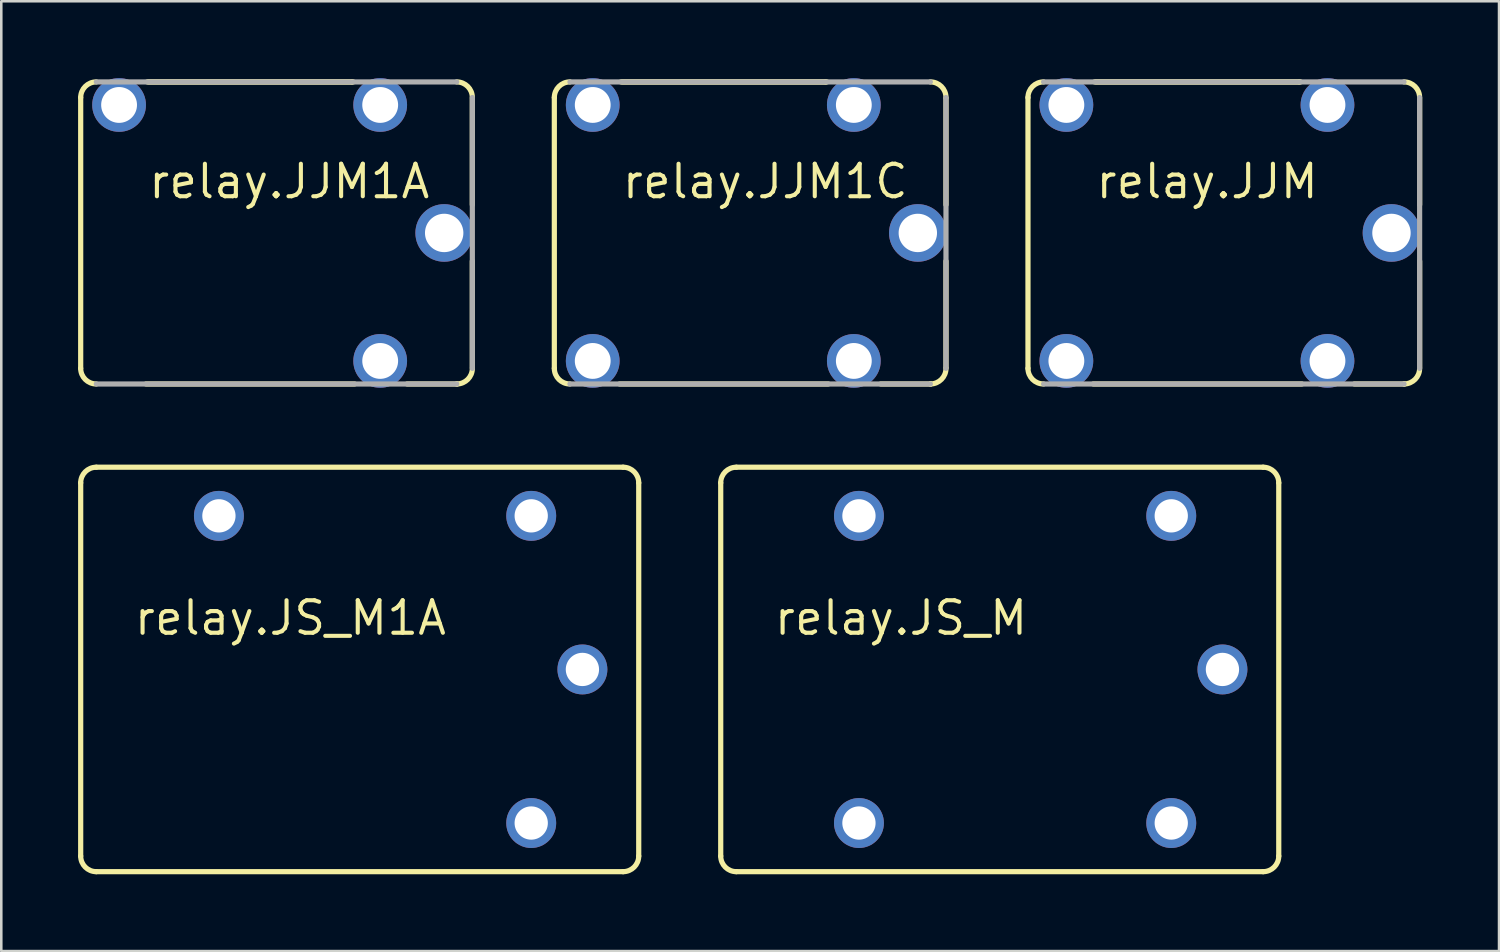
<source format=kicad_pcb>
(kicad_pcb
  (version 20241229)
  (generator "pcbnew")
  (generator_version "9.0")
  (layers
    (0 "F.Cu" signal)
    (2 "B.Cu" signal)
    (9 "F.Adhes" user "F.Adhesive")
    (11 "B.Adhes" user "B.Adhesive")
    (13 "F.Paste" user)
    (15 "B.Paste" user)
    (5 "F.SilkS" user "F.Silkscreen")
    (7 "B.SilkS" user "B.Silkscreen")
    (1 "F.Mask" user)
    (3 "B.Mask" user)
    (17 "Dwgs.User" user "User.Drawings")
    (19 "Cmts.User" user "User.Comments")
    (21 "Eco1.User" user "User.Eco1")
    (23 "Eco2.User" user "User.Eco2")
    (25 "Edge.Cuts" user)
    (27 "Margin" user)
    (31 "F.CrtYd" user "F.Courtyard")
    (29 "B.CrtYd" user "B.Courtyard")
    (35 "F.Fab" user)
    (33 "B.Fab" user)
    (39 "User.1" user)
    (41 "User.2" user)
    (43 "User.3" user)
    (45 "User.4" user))
  (footprint "relay.JS_M"
    (layer "F.Cu")
    (at 36.005 23.102)
    (property "Reference" "relay.JS_M" (at -8.89 -1.27 0) (layer "F.SilkS") (effects (font (size 1.27 1.27) (thickness 0.16)) (justify left bottom)))
    (attr through_hole)
    (fp_line (start -10.9 7.29) (end -10.9 -7.29) (stroke (width 0.203) (type default)) (layer "F.SilkS"))
    (fp_line (start -10.29 -7.9) (end 10.29 -7.9) (stroke (width 0.203) (type default)) (layer "F.SilkS"))
    (fp_line (start 10.29 7.9) (end -10.29 7.9) (stroke (width 0.203) (type default)) (layer "F.SilkS"))
    (fp_line (start 10.9 -7.29) (end 10.9 7.29) (stroke (width 0.203) (type default)) (layer "F.SilkS"))
    (fp_arc (start -10.9 -7.2904) (mid -10.721452 -7.721452) (end -10.2904 -7.9) (stroke (width 0.2032) (type default)) (layer "F.SilkS"))
    (fp_arc (start -10.2904 7.9) (mid -10.721452 7.721452) (end -10.9 7.2904) (stroke (width 0.2032) (type default)) (layer "F.SilkS"))
    (fp_arc (start 10.2904 -7.9) (mid 10.721452 -7.721452) (end 10.9 -7.2904) (stroke (width 0.2032) (type default)) (layer "F.SilkS"))
    (fp_arc (start 10.9 7.2904) (mid 10.721452 7.721452) (end 10.2904 7.9) (stroke (width 0.2032) (type default)) (layer "F.SilkS"))
    (pad "1" thru_hole circle (at 6.7 -6 180) (size 1.95 1.95) (drill 1.3) (layers "*.Cu" "*.Mask"))
    (pad "2" thru_hole circle (at 6.7 6 180) (size 1.95 1.95) (drill 1.3) (layers "*.Cu" "*.Mask"))
    (pad "C" thru_hole circle (at 8.7 0 180) (size 1.95 1.95) (drill 1.3) (layers "*.Cu" "*.Mask"))
    (pad "NC" thru_hole circle (at -5.5 6 180) (size 1.95 1.95) (drill 1.3) (layers "*.Cu" "*.Mask"))
    (pad "NO" thru_hole circle (at -5.5 -6 180) (size 1.95 1.95) (drill 1.3) (layers "*.Cu" "*.Mask")))
  (footprint "relay.JJM"
    (layer "F.Cu")
    (at 44.758 6.05)
    (property "Reference" "relay.JJM" (at -5.08 -1.27 0) (layer "F.SilkS") (effects (font (size 1.27 1.27) (thickness 0.16)) (justify left bottom)))
    (attr through_hole)
    (fp_line (start -7.65 5.29) (end -7.65 -5.29) (stroke (width 0.203) (type default)) (layer "F.SilkS"))
    (fp_line (start -5.05 -5.9) (end 2.95 -5.9) (stroke (width 0.203) (type default)) (layer "F.SilkS"))
    (fp_line (start -5 -5.9) (end 2.95 -5.9) (stroke (width 0.203) (type default)) (layer "F.SilkS"))
    (fp_line (start 2.95 -5.9) (end 3 -5.9) (stroke (width 0.203) (type default)) (layer "F.SilkS"))
    (fp_line (start 3.05 5.9) (end -5.1 5.9) (stroke (width 0.203) (type default)) (layer "F.SilkS"))
    (fp_line (start 7.05 5.9) (end 5.1 5.9) (stroke (width 0.203) (type default)) (layer "F.SilkS"))
    (fp_line (start 7.65 -5.25) (end 7.65 -1.1) (stroke (width 0.203) (type default)) (layer "F.SilkS"))
    (fp_line (start 7.65 1.1) (end 7.65 5.25) (stroke (width 0.203) (type default)) (layer "F.SilkS"))
    (fp_arc (start -7.65 -5.2904) (mid -7.471452 -5.721452) (end -7.0404 -5.9) (stroke (width 0.2032) (type default)) (layer "F.SilkS"))
    (fp_arc (start -7.0404 5.9) (mid -7.471452 5.721452) (end -7.65 5.2904) (stroke (width 0.2032) (type default)) (layer "F.SilkS"))
    (fp_arc (start 7.0404 -5.9) (mid 7.471452 -5.721452) (end 7.65 -5.2904) (stroke (width 0.2032) (type default)) (layer "F.SilkS"))
    (fp_arc (start 7.05 5.9) (mid 7.0452 5.900019) (end 7.0404 5.9) (stroke (width 0.2032) (type default)) (layer "F.SilkS"))
    (fp_arc (start 7.65 5.2904) (mid 7.474831 5.718065) (end 7.05 5.9) (stroke (width 0.2032) (type default)) (layer "F.SilkS"))
    (fp_line (start -7.04 -5.9) (end 7.04 -5.9) (stroke (width 0.203) (type default)) (layer "F.Fab"))
    (fp_line (start 7.04 5.9) (end -7.04 5.9) (stroke (width 0.203) (type default)) (layer "F.Fab"))
    (fp_line (start 7.65 -5.29) (end 7.65 5.29) (stroke (width 0.203) (type default)) (layer "F.Fab"))
    (pad "1" thru_hole circle (at 4.05 -5 180) (size 2.1 2.1) (drill 1.4) (layers "*.Cu" "*.Mask"))
    (pad "2" thru_hole circle (at 4.05 5 180) (size 2.1 2.1) (drill 1.4) (layers "*.Cu" "*.Mask"))
    (pad "C" thru_hole circle (at 6.55 0 180) (size 2.25 2.25) (drill 1.5) (layers "*.Cu" "*.Mask"))
    (pad "NO1" thru_hole circle (at -6.15 -5 180) (size 2.1 2.1) (drill 1.4) (layers "*.Cu" "*.Mask"))
    (pad "NO2" thru_hole circle (at -6.15 5 180) (size 2.1 2.1) (drill 1.4) (layers "*.Cu" "*.Mask")))
  (footprint "relay.JJM1C"
    (layer "F.Cu")
    (at 26.255 6.05)
    (property "Reference" "relay.JJM1C" (at -5.08 -1.27 0) (layer "F.SilkS") (effects (font (size 1.27 1.27) (thickness 0.16)) (justify left bottom)))
    (attr through_hole)
    (fp_line (start -7.65 5.29) (end -7.65 -5.29) (stroke (width 0.203) (type default)) (layer "F.SilkS"))
    (fp_line (start -5.05 -5.9) (end 2.95 -5.9) (stroke (width 0.203) (type default)) (layer "F.SilkS"))
    (fp_line (start -5 -5.9) (end 2.95 -5.9) (stroke (width 0.203) (type default)) (layer "F.SilkS"))
    (fp_line (start 2.95 -5.9) (end 3 -5.9) (stroke (width 0.203) (type default)) (layer "F.SilkS"))
    (fp_line (start 3.05 5.9) (end -5.1 5.9) (stroke (width 0.203) (type default)) (layer "F.SilkS"))
    (fp_line (start 7.05 5.9) (end 5.1 5.9) (stroke (width 0.203) (type default)) (layer "F.SilkS"))
    (fp_line (start 7.65 -5.25) (end 7.65 -1.1) (stroke (width 0.203) (type default)) (layer "F.SilkS"))
    (fp_line (start 7.65 1.1) (end 7.65 5.25) (stroke (width 0.203) (type default)) (layer "F.SilkS"))
    (fp_arc (start -7.65 -5.2904) (mid -7.471452 -5.721452) (end -7.0404 -5.9) (stroke (width 0.2032) (type default)) (layer "F.SilkS"))
    (fp_arc (start -7.0404 5.9) (mid -7.471452 5.721452) (end -7.65 5.2904) (stroke (width 0.2032) (type default)) (layer "F.SilkS"))
    (fp_arc (start 7.0404 -5.9) (mid 7.471452 -5.721452) (end 7.65 -5.2904) (stroke (width 0.2032) (type default)) (layer "F.SilkS"))
    (fp_arc (start 7.05 5.9) (mid 7.0452 5.900019) (end 7.0404 5.9) (stroke (width 0.2032) (type default)) (layer "F.SilkS"))
    (fp_arc (start 7.65 5.2904) (mid 7.474831 5.718065) (end 7.05 5.9) (stroke (width 0.2032) (type default)) (layer "F.SilkS"))
    (fp_line (start -7.04 -5.9) (end 7.04 -5.9) (stroke (width 0.203) (type default)) (layer "F.Fab"))
    (fp_line (start 7.04 5.9) (end -7.04 5.9) (stroke (width 0.203) (type default)) (layer "F.Fab"))
    (fp_line (start 7.65 -5.29) (end 7.65 5.29) (stroke (width 0.203) (type default)) (layer "F.Fab"))
    (pad "1" thru_hole circle (at 4.05 -5 180) (size 2.1 2.1) (drill 1.4) (layers "*.Cu" "*.Mask"))
    (pad "2" thru_hole circle (at 4.05 5 180) (size 2.1 2.1) (drill 1.4) (layers "*.Cu" "*.Mask"))
    (pad "C" thru_hole circle (at 6.55 0 180) (size 2.25 2.25) (drill 1.5) (layers "*.Cu" "*.Mask"))
    (pad "NC" thru_hole circle (at -6.15 5 180) (size 2.1 2.1) (drill 1.4) (layers "*.Cu" "*.Mask"))
    (pad "NO" thru_hole circle (at -6.15 -5 180) (size 2.1 2.1) (drill 1.4) (layers "*.Cu" "*.Mask")))
  (footprint "relay.JJM1A"
    (layer "F.Cu")
    (at 7.752 6.05)
    (property "Reference" "relay.JJM1A" (at -5.08 -1.27 0) (layer "F.SilkS") (effects (font (size 1.27 1.27) (thickness 0.16)) (justify left bottom)))
    (attr through_hole)
    (fp_line (start -7.65 5.29) (end -7.65 -5.29) (stroke (width 0.203) (type default)) (layer "F.SilkS"))
    (fp_line (start -5.05 -5.9) (end 2.95 -5.9) (stroke (width 0.203) (type default)) (layer "F.SilkS"))
    (fp_line (start -5 -5.9) (end 2.95 -5.9) (stroke (width 0.203) (type default)) (layer "F.SilkS"))
    (fp_line (start 2.95 -5.9) (end 3 -5.9) (stroke (width 0.203) (type default)) (layer "F.SilkS"))
    (fp_line (start 3.05 5.9) (end -5.1 5.9) (stroke (width 0.203) (type default)) (layer "F.SilkS"))
    (fp_line (start 7.05 5.9) (end 5.1 5.9) (stroke (width 0.203) (type default)) (layer "F.SilkS"))
    (fp_line (start 7.65 -5.25) (end 7.65 -1.1) (stroke (width 0.203) (type default)) (layer "F.SilkS"))
    (fp_line (start 7.65 1.1) (end 7.65 5.25) (stroke (width 0.203) (type default)) (layer "F.SilkS"))
    (fp_arc (start -7.65 -5.2904) (mid -7.471452 -5.721452) (end -7.0404 -5.9) (stroke (width 0.2032) (type default)) (layer "F.SilkS"))
    (fp_arc (start -7.0404 5.9) (mid -7.471452 5.721452) (end -7.65 5.2904) (stroke (width 0.2032) (type default)) (layer "F.SilkS"))
    (fp_arc (start 7.0404 -5.9) (mid 7.471452 -5.721452) (end 7.65 -5.2904) (stroke (width 0.2032) (type default)) (layer "F.SilkS"))
    (fp_arc (start 7.05 5.9) (mid 7.0452 5.900019) (end 7.0404 5.9) (stroke (width 0.2032) (type default)) (layer "F.SilkS"))
    (fp_arc (start 7.65 5.2904) (mid 7.47486 5.718093) (end 7.05 5.9) (stroke (width 0.2032) (type default)) (layer "F.SilkS"))
    (fp_line (start -7.04 -5.9) (end 7.04 -5.9) (stroke (width 0.203) (type default)) (layer "F.Fab"))
    (fp_line (start 7.04 5.9) (end -7.04 5.9) (stroke (width 0.203) (type default)) (layer "F.Fab"))
    (fp_line (start 7.65 -5.29) (end 7.65 5.29) (stroke (width 0.203) (type default)) (layer "F.Fab"))
    (pad "1" thru_hole circle (at 4.05 -5 180) (size 2.1 2.1) (drill 1.4) (layers "*.Cu" "*.Mask"))
    (pad "2" thru_hole circle (at 4.05 5 180) (size 2.1 2.1) (drill 1.4) (layers "*.Cu" "*.Mask"))
    (pad "C" thru_hole circle (at 6.55 0 180) (size 2.25 2.25) (drill 1.5) (layers "*.Cu" "*.Mask"))
    (pad "NO" thru_hole circle (at -6.15 -5 180) (size 2.1 2.1) (drill 1.4) (layers "*.Cu" "*.Mask")))
  (footprint "relay.JS_M1A"
    (layer "F.Cu")
    (at 11.002 23.102)
    (property "Reference" "relay.JS_M1A" (at -8.89 -1.27 0) (layer "F.SilkS") (effects (font (size 1.27 1.27) (thickness 0.16)) (justify left bottom)))
    (attr through_hole)
    (fp_line (start -10.9 7.29) (end -10.9 -7.29) (stroke (width 0.203) (type default)) (layer "F.SilkS"))
    (fp_line (start -10.29 -7.9) (end 10.29 -7.9) (stroke (width 0.203) (type default)) (layer "F.SilkS"))
    (fp_line (start 10.29 7.9) (end -10.29 7.9) (stroke (width 0.203) (type default)) (layer "F.SilkS"))
    (fp_line (start 10.9 -7.29) (end 10.9 7.29) (stroke (width 0.203) (type default)) (layer "F.SilkS"))
    (fp_arc (start -10.9 -7.2904) (mid -10.721452 -7.721452) (end -10.2904 -7.9) (stroke (width 0.2032) (type default)) (layer "F.SilkS"))
    (fp_arc (start -10.2904 7.9) (mid -10.721452 7.721452) (end -10.9 7.2904) (stroke (width 0.2032) (type default)) (layer "F.SilkS"))
    (fp_arc (start 10.2904 -7.9) (mid 10.721452 -7.721452) (end 10.9 -7.2904) (stroke (width 0.2032) (type default)) (layer "F.SilkS"))
    (fp_arc (start 10.9 7.2904) (mid 10.721452 7.721452) (end 10.2904 7.9) (stroke (width 0.2032) (type default)) (layer "F.SilkS"))
    (pad "1" thru_hole circle (at 6.7 -6 180) (size 1.95 1.95) (drill 1.3) (layers "*.Cu" "*.Mask"))
    (pad "2" thru_hole circle (at 6.7 6 180) (size 1.95 1.95) (drill 1.3) (layers "*.Cu" "*.Mask"))
    (pad "C" thru_hole circle (at 8.7 0 180) (size 1.95 1.95) (drill 1.3) (layers "*.Cu" "*.Mask"))
    (pad "NO" thru_hole circle (at -5.5 -6 180) (size 1.95 1.95) (drill 1.3) (layers "*.Cu" "*.Mask")))
  (gr_rect
    (start -3 -3)
    (end 55.51 34.103)
    (stroke (width 0.1) (type default))
    (fill no)
    (layer "Edge.Cuts")))
</source>
